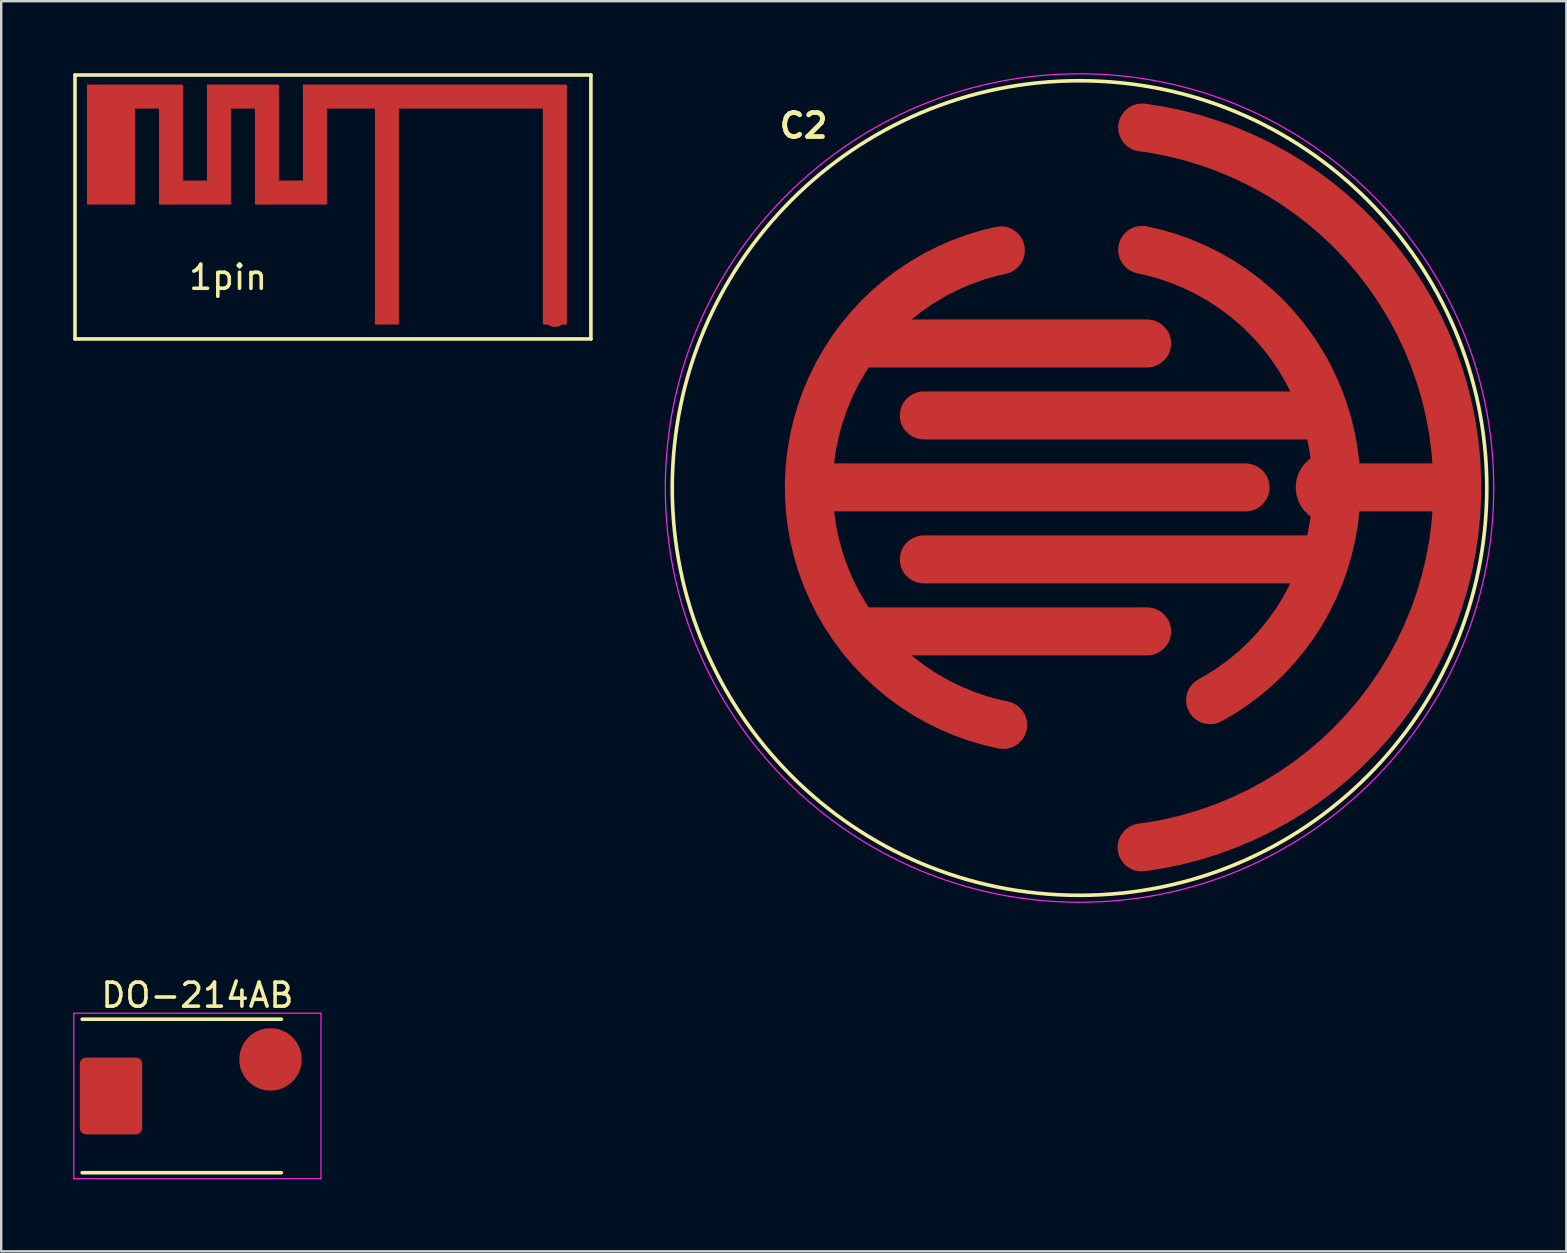
<source format=kicad_pcb>
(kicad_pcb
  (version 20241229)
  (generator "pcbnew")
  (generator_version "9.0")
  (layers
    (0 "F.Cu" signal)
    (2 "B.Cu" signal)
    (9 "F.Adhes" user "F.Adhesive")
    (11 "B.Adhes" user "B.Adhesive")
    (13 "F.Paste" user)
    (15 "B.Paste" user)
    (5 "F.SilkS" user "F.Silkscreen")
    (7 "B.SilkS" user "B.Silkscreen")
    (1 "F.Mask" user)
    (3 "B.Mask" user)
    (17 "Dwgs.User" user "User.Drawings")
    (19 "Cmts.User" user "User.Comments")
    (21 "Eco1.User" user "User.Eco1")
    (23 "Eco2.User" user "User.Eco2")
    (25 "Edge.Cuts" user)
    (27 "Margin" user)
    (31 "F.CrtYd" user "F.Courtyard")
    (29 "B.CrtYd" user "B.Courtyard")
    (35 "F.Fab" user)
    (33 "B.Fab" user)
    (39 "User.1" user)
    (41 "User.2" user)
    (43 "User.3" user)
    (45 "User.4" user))
  (footprint "C2"
    (layer "F.Cu")
    (at 41.938 17.288)
    (property "Reference" "C2" (at -11.5 -15.1 0) (layer "F.SilkS") (effects (font (size 1 1) (thickness 0.2))))
    (fp_circle (center 0 0) (end 12.065 -11.938) (stroke (width 0.15) (type solid)) (fill no) (layer "F.SilkS"))
    (fp_circle (center 0 0) (end 17 3) (stroke (width 0.05) (type solid)) (fill no) (layer "F.CrtYd"))
    (pad "1" connect custom (at -11.081 -0.025 90) (size 1.397 1.397) (layers "F.Cu" "F.Mask") (options (anchor rect)) (primitives (gr_line (start 6 1.9) (end 6 13.9) (width 2)) (gr_line (start -6 1.9) (end -6 13.9) (width 2)) (gr_line (start 0 -0.1) (end 0 18) (width 2)) (gr_arc (start -9.9 7.9) (mid -0.049149 -0.19988) (end 9.880067 7.803745) (width 2))))
    (pad "2" connect custom (at 10.509 -0.025 270) (size 3 3) (layers "F.Cu" "F.Mask") (options (anchor circle)) (primitives (gr_line (start 3 0.5) (end 3 17) (width 2)) (gr_line (start -3 0.5) (end -3 17) (width 2)) (gr_arc (start -9.9 7.9) (mid -1.506614 -0.086997) (end 8.869415 5.068492) (width 2)) (gr_arc (start -15 7.9) (mid 0.011791 -5.232741) (end 15.003099 7.923378) (width 2)) (gr_line (start 0 0) (end 0 -5) (width 2)))))
  (footprint "DO-214AB"
    (layer "F.Cu")
    (at 5.175 42.624)
    (property "Reference" "DO-214AB" (at 0 -4.2 0) (layer "F.SilkS") (effects (font (size 1 1) (thickness 0.15))))
    (attr smd)
    (fp_line (start -4.8 -3.2) (end 3.5 -3.2) (stroke (width 0.15) (type solid)) (layer "F.SilkS"))
    (fp_line (start 3.5 3.2) (end -4.8 3.2) (stroke (width 0.15) (type solid)) (layer "F.SilkS"))
    (fp_line (start -5.15 -3.45) (end 5.15 -3.45) (stroke (width 0.05) (type solid)) (layer "F.CrtYd"))
    (fp_line (start -5.15 3.45) (end -5.15 -3.45) (stroke (width 0.05) (type solid)) (layer "F.CrtYd"))
    (fp_line (start 5.15 -3.45) (end 5.15 3.45) (stroke (width 0.05) (type solid)) (layer "F.CrtYd"))
    (fp_line (start 5.15 3.45) (end -5.15 3.45) (stroke (width 0.05) (type solid)) (layer "F.CrtYd"))
    (pad "1" smd roundrect (at -3.6 0) (size 2.6 3.2) (layers "F.Cu" "F.Mask" "F.Paste") (roundrect_rratio 0.1))
    (pad "2" smd circle (at 3.048 -1.524) (size 2.6 2.6) (layers "F.Cu" "F.Mask" "F.Paste")))
  (footprint "1pin"
    (layer "F.Cu")
    (at 20.075 10.075)
    (property "Reference" "1pin" (at -13.619 -1.567 0) (layer "F.SilkS") (effects (font (size 1 1) (thickness 0.15))))
    (fp_line (start -20 -10) (end 1.5 -10) (stroke (width 0.15) (type solid)) (layer "F.SilkS"))
    (fp_line (start -20 1) (end -20 -10) (stroke (width 0.15) (type solid)) (layer "F.SilkS"))
    (fp_line (start 1.5 -10) (end 1.5 1) (stroke (width 0.15) (type solid)) (layer "F.SilkS"))
    (fp_line (start 1.5 1) (end -20 1) (stroke (width 0.15) (type solid)) (layer "F.SilkS"))
    (pad "1" connect custom (at 0 0) (size 1 1) (layers "F.Cu" "F.Mask") (options (anchor circle)) (primitives (gr_poly (pts (xy -15.5 -5.6) (xy -14.5 -5.6) (xy -14.5 -9.6) (xy -11.5 -9.6) (xy -11.5 -5.6) (xy -10.5 -5.6) (xy -10.5 -9.6) (xy 0.5 -9.6) (xy 0.5 0.4) (xy -0.5 0.4) (xy -0.5 -8.6) (xy -6.5 -8.6) (xy -6.5 0.4) (xy -7.5 0.4) (xy -7.5 -8.6) (xy -9.5 -8.6) (xy -9.5 -4.6) (xy -12.5 -4.6) (xy -12.5 -8.6) (xy -13.5 -8.6) (xy -13.5 -4.6) (xy -16.5 -4.6) (xy -16.5 -8.6) (xy -17.5 -8.6) (xy -17.5 -4.6) (xy -19.5 -4.6) (xy -19.5 -9.6) (xy -15.5 -9.6)) (width 0) (fill yes)))))
  (gr_rect
    (start -3 -3)
    (end 62.225 49.099)
    (stroke (width 0.1) (type default))
    (fill no)
    (layer "Edge.Cuts")))
</source>
